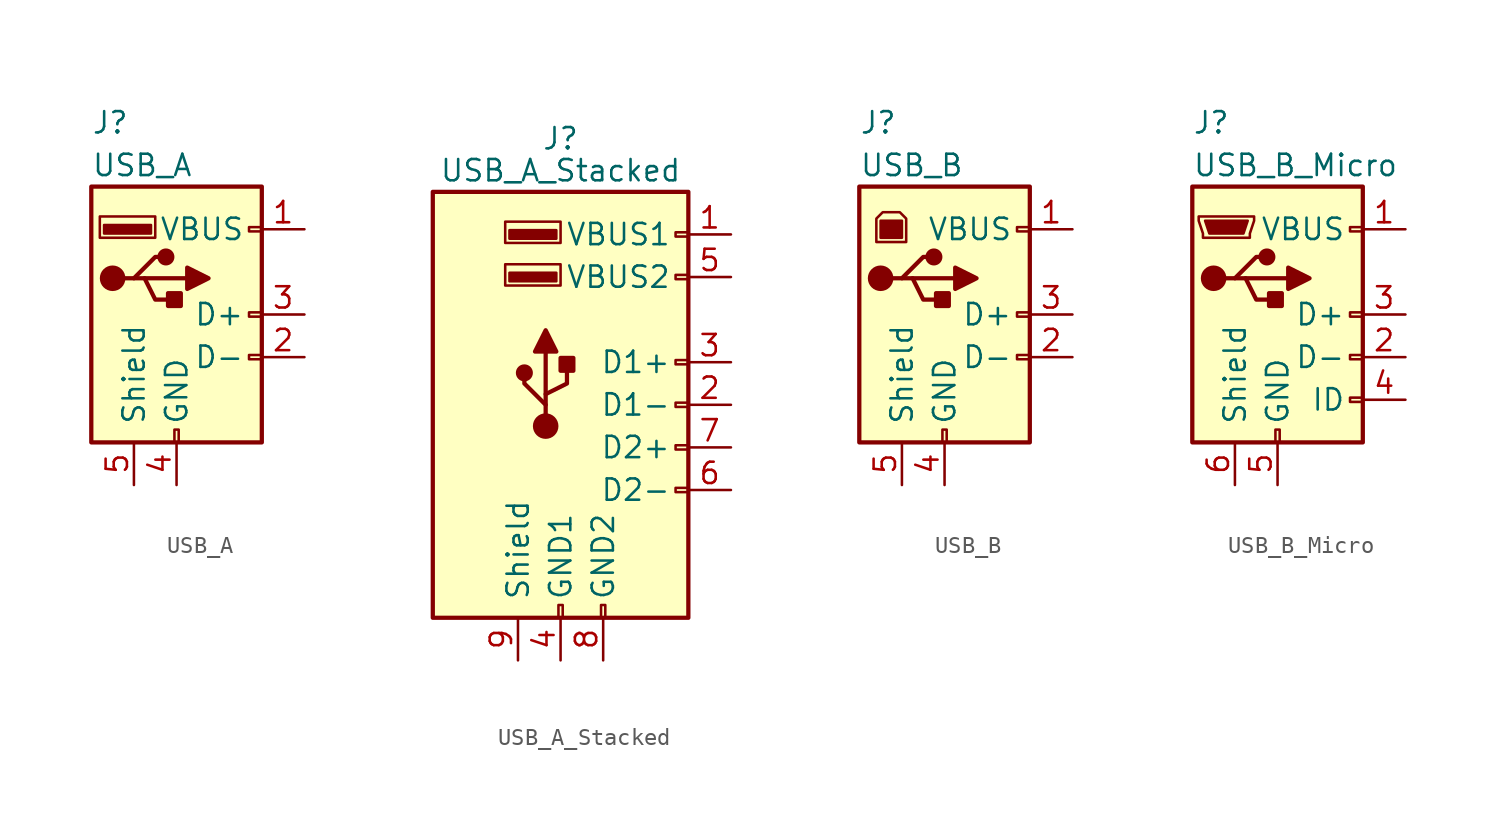
<source format=kicad_sym>
(kicad_symbol_lib
  (version 20211014)
  (generator kicad_symbol_editor)
  (symbol "USB_A"
    (pin_names
      (offset 1.016))
    (property "Reference" "J"
      (at -5.08 11.43 0)
      (effects (font (size 1.27 1.27)) (justify left)))
    (property "Value" "USB_A"
      (at -5.08 8.89 0)
      (effects (font (size 1.27 1.27)) (justify left)))
    (symbol "USB_A_0_1"
      (rectangle (start -5.08 -7.62) (end 5.08 7.62) (stroke (width 0.254) (type default) (color 0 0 0 0)) (fill (type background)))
      (circle (center -3.81 2.159) (radius 0.635) (stroke (width 0.254) (type default) (color 0 0 0 0)) (fill (type outline)))
      (rectangle (start -1.524 4.826) (end -4.318 5.334) (stroke (width 0) (type default) (color 0 0 0 0)) (fill (type outline)))
      (rectangle (start -1.27 4.572) (end -4.572 5.842) (stroke (width 0) (type default) (color 0 0 0 0)) (fill (type none)))
      (circle (center -0.635 3.429) (radius 0.381) (stroke (width 0.254) (type default) (color 0 0 0 0)) (fill (type outline)))
      (rectangle (start -0.127 -7.62) (end 0.127 -6.858) (stroke (width 0) (type default) (color 0 0 0 0)) (fill (type none)))
      (polyline (pts (xy -3.175 2.159) (xy -2.54 2.159) (xy -1.27 3.429) (xy -0.635 3.429)) (stroke (width 0.254) (type default) (color 0 0 0 0)) (fill (type none)))
      (polyline (pts (xy -2.54 2.159) (xy -1.905 2.159) (xy -1.27 0.889) (xy 0 0.889)) (stroke (width 0.254) (type default) (color 0 0 0 0)) (fill (type none)))
      (polyline (pts (xy 0.635 2.794) (xy 0.635 1.524) (xy 1.905 2.159) (xy 0.635 2.794)) (stroke (width 0.254) (type default) (color 0 0 0 0)) (fill (type outline)))
      (rectangle (start 0.254 1.27) (end -0.508 0.508) (stroke (width 0.254) (type default) (color 0 0 0 0)) (fill (type outline)))
      (rectangle (start 5.08 -2.667) (end 4.318 -2.413) (stroke (width 0) (type default) (color 0 0 0 0)) (fill (type none)))
      (rectangle (start 5.08 -0.127) (end 4.318 0.127) (stroke (width 0) (type default) (color 0 0 0 0)) (fill (type none)))
      (rectangle (start 5.08 4.953) (end 4.318 5.207) (stroke (width 0) (type default) (color 0 0 0 0)) (fill (type none))))
    (symbol "USB_A_1_1"
      (polyline (pts (xy -1.905 2.159) (xy 0.635 2.159)) (stroke (width 0.254) (type default) (color 0 0 0 0)) (fill (type none)))
      (pin power_in line (at 7.62 5.08 180) (length 2.54) (name "VBUS" (effects (font (size 1.27 1.27)))) (number "1" (effects (font (size 1.27 1.27)))))
      (pin bidirectional line (at 7.62 -2.54 180) (length 2.54) (name "D-" (effects (font (size 1.27 1.27)))) (number "2" (effects (font (size 1.27 1.27)))))
      (pin bidirectional line (at 7.62 0 180) (length 2.54) (name "D+" (effects (font (size 1.27 1.27)))) (number "3" (effects (font (size 1.27 1.27)))))
      (pin power_in line (at 0 -10.16 90) (length 2.54) (name "GND" (effects (font (size 1.27 1.27)))) (number "4" (effects (font (size 1.27 1.27)))))
      (pin passive line (at -2.54 -10.16 90) (length 2.54) (name "Shield" (effects (font (size 1.27 1.27)))) (number "5" (effects (font (size 1.27 1.27)))))))
  (symbol "USB_A_Stacked"
    (pin_names
      (offset 1.016))
    (property "Reference" "J"
      (at 0 15.875 0)
      (effects (font (size 1.27 1.27))))
    (property "Value" "USB_A_Stacked"
      (at 0 13.97 0)
      (effects (font (size 1.27 1.27))))
    (symbol "USB_A_Stacked_0_1"
      (rectangle (start -7.62 12.7) (end 7.62 -12.7) (stroke (width 0.254) (type default) (color 0 0 0 0)) (fill (type background)))
      (circle (center -2.159 1.905) (radius 0.381) (stroke (width 0.254) (type default) (color 0 0 0 0)) (fill (type outline)))
      (circle (center -0.889 -1.27) (radius 0.635) (stroke (width 0.254) (type default) (color 0 0 0 0)) (fill (type outline)))
      (rectangle (start -0.254 7.366) (end -3.048 7.874) (stroke (width 0) (type default) (color 0 0 0 0)) (fill (type outline)))
      (rectangle (start -0.254 9.906) (end -3.048 10.414) (stroke (width 0) (type default) (color 0 0 0 0)) (fill (type outline)))
      (rectangle (start -0.127 -12.7) (end 0.127 -11.938) (stroke (width 0) (type default) (color 0 0 0 0)) (fill (type none)))
      (polyline (pts (xy -1.524 3.175) (xy -0.254 3.175) (xy -0.889 4.445) (xy -1.524 3.175)) (stroke (width 0.254) (type default) (color 0 0 0 0)) (fill (type outline)))
      (polyline (pts (xy -0.889 -0.635) (xy -0.889 0) (xy -2.159 1.27) (xy -2.159 1.905)) (stroke (width 0.254) (type default) (color 0 0 0 0)) (fill (type none)))
      (polyline (pts (xy -0.889 0) (xy -0.889 0.635) (xy 0.381 1.27) (xy 0.381 2.54)) (stroke (width 0.254) (type default) (color 0 0 0 0)) (fill (type none)))
      (rectangle (start 0 2.794) (end 0.762 2.032) (stroke (width 0.254) (type default) (color 0 0 0 0)) (fill (type outline)))
      (rectangle (start 0 7.112) (end -3.302 8.382) (stroke (width 0) (type default) (color 0 0 0 0)) (fill (type none)))
      (rectangle (start 0 9.652) (end -3.302 10.922) (stroke (width 0) (type default) (color 0 0 0 0)) (fill (type none)))
      (rectangle (start 2.413 -12.7) (end 2.667 -11.938) (stroke (width 0) (type default) (color 0 0 0 0)) (fill (type none)))
      (rectangle (start 7.62 -5.207) (end 6.858 -4.953) (stroke (width 0) (type default) (color 0 0 0 0)) (fill (type none)))
      (rectangle (start 7.62 -2.667) (end 6.858 -2.413) (stroke (width 0) (type default) (color 0 0 0 0)) (fill (type none)))
      (rectangle (start 7.62 -0.127) (end 6.858 0.127) (stroke (width 0) (type default) (color 0 0 0 0)) (fill (type none)))
      (rectangle (start 7.62 2.413) (end 6.858 2.667) (stroke (width 0) (type default) (color 0 0 0 0)) (fill (type none)))
      (rectangle (start 7.62 7.493) (end 6.858 7.747) (stroke (width 0) (type default) (color 0 0 0 0)) (fill (type none)))
      (rectangle (start 7.62 10.033) (end 6.858 10.287) (stroke (width 0) (type default) (color 0 0 0 0)) (fill (type none))))
    (symbol "USB_A_Stacked_1_1"
      (polyline (pts (xy -0.889 0.635) (xy -0.889 3.175)) (stroke (width 0.254) (type default) (color 0 0 0 0)) (fill (type none)))
      (pin power_in line (at 10.16 10.16 180) (length 2.54) (name "VBUS1" (effects (font (size 1.27 1.27)))) (number "1" (effects (font (size 1.27 1.27)))))
      (pin bidirectional line (at 10.16 0 180) (length 2.54) (name "D1-" (effects (font (size 1.27 1.27)))) (number "2" (effects (font (size 1.27 1.27)))))
      (pin bidirectional line (at 10.16 2.54 180) (length 2.54) (name "D1+" (effects (font (size 1.27 1.27)))) (number "3" (effects (font (size 1.27 1.27)))))
      (pin power_in line (at 0 -15.24 90) (length 2.54) (name "GND1" (effects (font (size 1.27 1.27)))) (number "4" (effects (font (size 1.27 1.27)))))
      (pin power_in line (at 10.16 7.62 180) (length 2.54) (name "VBUS2" (effects (font (size 1.27 1.27)))) (number "5" (effects (font (size 1.27 1.27)))))
      (pin bidirectional line (at 10.16 -5.08 180) (length 2.54) (name "D2-" (effects (font (size 1.27 1.27)))) (number "6" (effects (font (size 1.27 1.27)))))
      (pin bidirectional line (at 10.16 -2.54 180) (length 2.54) (name "D2+" (effects (font (size 1.27 1.27)))) (number "7" (effects (font (size 1.27 1.27)))))
      (pin power_in line (at 2.54 -15.24 90) (length 2.54) (name "GND2" (effects (font (size 1.27 1.27)))) (number "8" (effects (font (size 1.27 1.27)))))
      (pin passive line (at -2.54 -15.24 90) (length 2.54) (name "Shield" (effects (font (size 1.27 1.27)))) (number "9" (effects (font (size 1.27 1.27)))))))
  (symbol "USB_B"
    (pin_names
      (offset 1.016))
    (property "Reference" "J"
      (at -5.08 11.43 0)
      (effects (font (size 1.27 1.27)) (justify left)))
    (property "Value" "USB_B"
      (at -5.08 8.89 0)
      (effects (font (size 1.27 1.27)) (justify left)))
    (symbol "USB_B_0_1"
      (rectangle (start -5.08 -7.62) (end 5.08 7.62) (stroke (width 0.254) (type default) (color 0 0 0 0)) (fill (type background)))
      (circle (center -3.81 2.159) (radius 0.635) (stroke (width 0.254) (type default) (color 0 0 0 0)) (fill (type outline)))
      (rectangle (start -3.81 5.588) (end -2.54 4.572) (stroke (width 0) (type default) (color 0 0 0 0)) (fill (type outline)))
      (circle (center -0.635 3.429) (radius 0.381) (stroke (width 0.254) (type default) (color 0 0 0 0)) (fill (type outline)))
      (rectangle (start -0.127 -7.62) (end 0.127 -6.858) (stroke (width 0) (type default) (color 0 0 0 0)) (fill (type none)))
      (polyline (pts (xy -1.905 2.159) (xy 0.635 2.159)) (stroke (width 0.254) (type default) (color 0 0 0 0)) (fill (type none)))
      (polyline (pts (xy -3.175 2.159) (xy -2.54 2.159) (xy -1.27 3.429) (xy -0.635 3.429)) (stroke (width 0.254) (type default) (color 0 0 0 0)) (fill (type none)))
      (polyline (pts (xy -2.54 2.159) (xy -1.905 2.159) (xy -1.27 0.889) (xy 0 0.889)) (stroke (width 0.254) (type default) (color 0 0 0 0)) (fill (type none)))
      (polyline (pts (xy 0.635 2.794) (xy 0.635 1.524) (xy 1.905 2.159) (xy 0.635 2.794)) (stroke (width 0.254) (type default) (color 0 0 0 0)) (fill (type outline)))
      (polyline (pts (xy -4.064 4.318) (xy -2.286 4.318) (xy -2.286 5.715) (xy -2.667 6.096) (xy -3.683 6.096) (xy -4.064 5.715) (xy -4.064 4.318)) (stroke (width 0) (type default) (color 0 0 0 0)) (fill (type none)))
      (rectangle (start 0.254 1.27) (end -0.508 0.508) (stroke (width 0.254) (type default) (color 0 0 0 0)) (fill (type outline)))
      (rectangle (start 5.08 -2.667) (end 4.318 -2.413) (stroke (width 0) (type default) (color 0 0 0 0)) (fill (type none)))
      (rectangle (start 5.08 -0.127) (end 4.318 0.127) (stroke (width 0) (type default) (color 0 0 0 0)) (fill (type none)))
      (rectangle (start 5.08 4.953) (end 4.318 5.207) (stroke (width 0) (type default) (color 0 0 0 0)) (fill (type none))))
    (symbol "USB_B_1_1"
      (pin power_out line (at 7.62 5.08 180) (length 2.54) (name "VBUS" (effects (font (size 1.27 1.27)))) (number "1" (effects (font (size 1.27 1.27)))))
      (pin bidirectional line (at 7.62 -2.54 180) (length 2.54) (name "D-" (effects (font (size 1.27 1.27)))) (number "2" (effects (font (size 1.27 1.27)))))
      (pin bidirectional line (at 7.62 0 180) (length 2.54) (name "D+" (effects (font (size 1.27 1.27)))) (number "3" (effects (font (size 1.27 1.27)))))
      (pin power_out line (at 0 -10.16 90) (length 2.54) (name "GND" (effects (font (size 1.27 1.27)))) (number "4" (effects (font (size 1.27 1.27)))))
      (pin passive line (at -2.54 -10.16 90) (length 2.54) (name "Shield" (effects (font (size 1.27 1.27)))) (number "5" (effects (font (size 1.27 1.27)))))))
  (symbol "USB_B_Micro"
    (pin_names
      (offset 1.016))
    (property "Reference" "J"
      (at -5.08 11.43 0)
      (effects (font (size 1.27 1.27)) (justify left)))
    (property "Value" "USB_B_Micro"
      (at -5.08 8.89 0)
      (effects (font (size 1.27 1.27)) (justify left)))
    (symbol "USB_B_Micro_0_1"
      (rectangle (start -5.08 -7.62) (end 5.08 7.62) (stroke (width 0.254) (type default) (color 0 0 0 0)) (fill (type background)))
      (circle (center -3.81 2.159) (radius 0.635) (stroke (width 0.254) (type default) (color 0 0 0 0)) (fill (type outline)))
      (circle (center -0.635 3.429) (radius 0.381) (stroke (width 0.254) (type default) (color 0 0 0 0)) (fill (type outline)))
      (rectangle (start -0.127 -7.62) (end 0.127 -6.858) (stroke (width 0) (type default) (color 0 0 0 0)) (fill (type none)))
      (polyline (pts (xy -1.905 2.159) (xy 0.635 2.159)) (stroke (width 0.254) (type default) (color 0 0 0 0)) (fill (type none)))
      (polyline (pts (xy -3.175 2.159) (xy -2.54 2.159) (xy -1.27 3.429) (xy -0.635 3.429)) (stroke (width 0.254) (type default) (color 0 0 0 0)) (fill (type none)))
      (polyline (pts (xy -2.54 2.159) (xy -1.905 2.159) (xy -1.27 0.889) (xy 0 0.889)) (stroke (width 0.254) (type default) (color 0 0 0 0)) (fill (type none)))
      (polyline (pts (xy 0.635 2.794) (xy 0.635 1.524) (xy 1.905 2.159) (xy 0.635 2.794)) (stroke (width 0.254) (type default) (color 0 0 0 0)) (fill (type outline)))
      (polyline (pts (xy -4.318 5.588) (xy -1.778 5.588) (xy -2.032 4.826) (xy -4.064 4.826) (xy -4.318 5.588)) (stroke (width 0) (type default) (color 0 0 0 0)) (fill (type outline)))
      (polyline (pts (xy -4.699 5.842) (xy -4.699 5.588) (xy -4.445 4.826) (xy -4.445 4.572) (xy -1.651 4.572) (xy -1.651 4.826) (xy -1.397 5.588) (xy -1.397 5.842) (xy -4.699 5.842)) (stroke (width 0) (type default) (color 0 0 0 0)) (fill (type none)))
      (rectangle (start 0.254 1.27) (end -0.508 0.508) (stroke (width 0.254) (type default) (color 0 0 0 0)) (fill (type outline)))
      (rectangle (start 5.08 -5.207) (end 4.318 -4.953) (stroke (width 0) (type default) (color 0 0 0 0)) (fill (type none)))
      (rectangle (start 5.08 -2.667) (end 4.318 -2.413) (stroke (width 0) (type default) (color 0 0 0 0)) (fill (type none)))
      (rectangle (start 5.08 -0.127) (end 4.318 0.127) (stroke (width 0) (type default) (color 0 0 0 0)) (fill (type none)))
      (rectangle (start 5.08 4.953) (end 4.318 5.207) (stroke (width 0) (type default) (color 0 0 0 0)) (fill (type none))))
    (symbol "USB_B_Micro_1_1"
      (pin power_out line (at 7.62 5.08 180) (length 2.54) (name "VBUS" (effects (font (size 1.27 1.27)))) (number "1" (effects (font (size 1.27 1.27)))))
      (pin bidirectional line (at 7.62 -2.54 180) (length 2.54) (name "D-" (effects (font (size 1.27 1.27)))) (number "2" (effects (font (size 1.27 1.27)))))
      (pin bidirectional line (at 7.62 0 180) (length 2.54) (name "D+" (effects (font (size 1.27 1.27)))) (number "3" (effects (font (size 1.27 1.27)))))
      (pin passive line (at 7.62 -5.08 180) (length 2.54) (name "ID" (effects (font (size 1.27 1.27)))) (number "4" (effects (font (size 1.27 1.27)))))
      (pin power_out line (at 0 -10.16 90) (length 2.54) (name "GND" (effects (font (size 1.27 1.27)))) (number "5" (effects (font (size 1.27 1.27)))))
      (pin passive line (at -2.54 -10.16 90) (length 2.54) (name "Shield" (effects (font (size 1.27 1.27)))) (number "6" (effects (font (size 1.27 1.27))))))))
</source>
